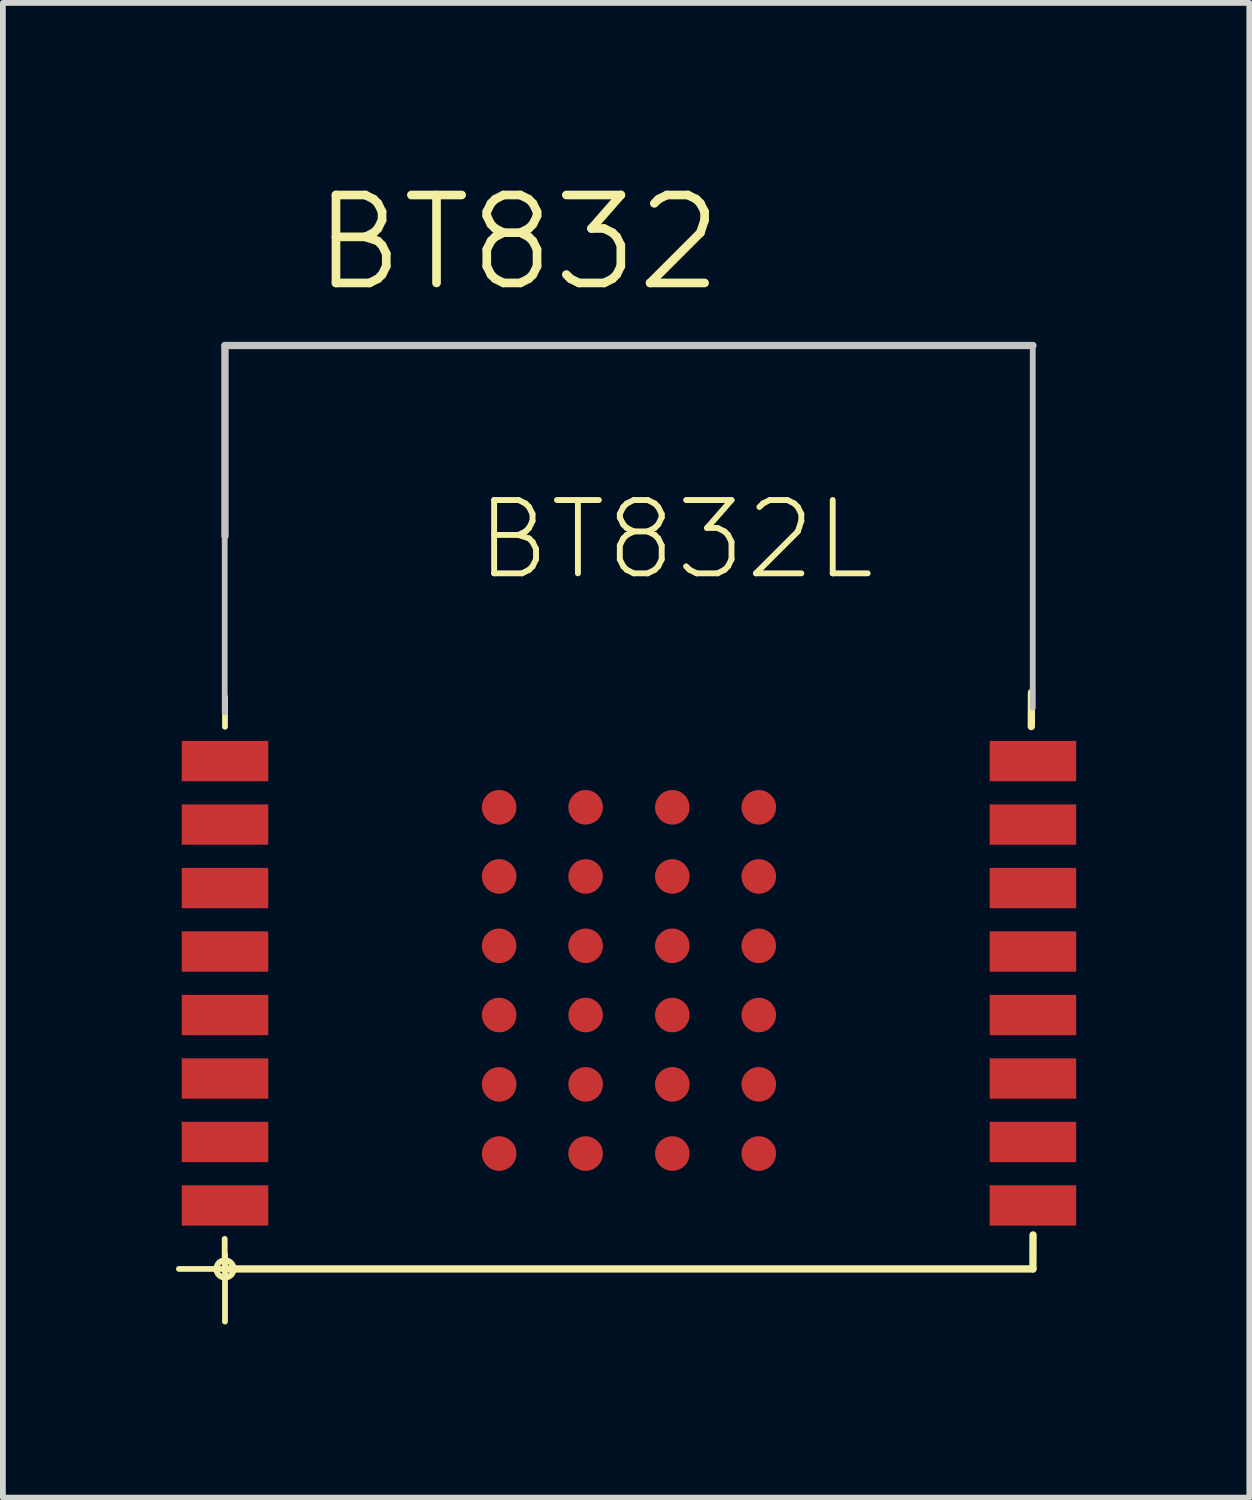
<source format=kicad_pcb>
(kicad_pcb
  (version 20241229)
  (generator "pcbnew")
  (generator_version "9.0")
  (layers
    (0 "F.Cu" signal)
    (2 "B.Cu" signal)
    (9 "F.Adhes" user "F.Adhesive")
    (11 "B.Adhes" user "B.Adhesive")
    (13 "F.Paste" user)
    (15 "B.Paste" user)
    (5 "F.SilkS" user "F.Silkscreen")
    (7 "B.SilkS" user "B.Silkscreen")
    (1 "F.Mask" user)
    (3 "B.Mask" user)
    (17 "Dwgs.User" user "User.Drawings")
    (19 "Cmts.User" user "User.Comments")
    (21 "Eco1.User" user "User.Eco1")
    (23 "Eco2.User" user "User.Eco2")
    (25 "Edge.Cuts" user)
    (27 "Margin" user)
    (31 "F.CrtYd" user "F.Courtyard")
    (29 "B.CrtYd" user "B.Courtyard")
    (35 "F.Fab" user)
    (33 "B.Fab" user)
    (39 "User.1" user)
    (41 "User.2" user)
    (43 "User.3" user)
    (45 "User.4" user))
  (footprint "BT832"
    (layer "F.Cu")
    (at 0.848 18.935)
    (property "Reference" "BT832" (at 5.08 -17.78 0) (layer "F.SilkS") (effects (font (size 1.524 1.524) (thickness 0.15))))
    (attr smd)
    (fp_line (start -0.798 0) (end 0 0) (stroke (width 0.1) (type solid)) (layer "F.SilkS"))
    (fp_line (start -0.005 -0.003) (end -0.005 -0.521) (stroke (width 0.1) (type solid)) (layer "F.SilkS"))
    (fp_line (start 0 -9.393) (end 0 -9.911) (stroke (width 0.1) (type solid)) (layer "F.SilkS"))
    (fp_line (start 0 -0.254) (end 0 -0.15) (stroke (width 0.1) (type solid)) (layer "F.SilkS"))
    (fp_line (start 0 -0.15) (end 0 0) (stroke (width 0.1) (type solid)) (layer "F.SilkS"))
    (fp_line (start 0 0) (end 0 0) (stroke (width 0.1) (type solid)) (layer "F.SilkS"))
    (fp_line (start 0 0) (end 12.598 0) (stroke (width 0.1) (type solid)) (layer "F.SilkS"))
    (fp_line (start 0 0.15) (end 0 0) (stroke (width 0.1) (type solid)) (layer "F.SilkS"))
    (fp_line (start 0 0.912) (end 0 0.15) (stroke (width 0.1) (type solid)) (layer "F.SilkS"))
    (fp_line (start 12.598 0) (end 0 0) (stroke (width 0.1) (type solid)) (layer "F.SilkS"))
    (fp_line (start 12.598 0) (end 12.598 0) (stroke (width 0.1) (type solid)) (layer "F.SilkS"))
    (fp_line (start 13.973 -9.987) (end 13.97 -9.398) (stroke (width 0.127) (type solid)) (layer "F.SilkS"))
    (fp_line (start 13.995 0) (end -0.003 0) (stroke (width 0.1) (type solid)) (layer "F.SilkS"))
    (fp_line (start 13.998 0) (end 0 0) (stroke (width 0.127) (type solid)) (layer "F.SilkS"))
    (fp_line (start 14 -15.999) (end 13.998 -15.999) (stroke (width 0.1) (type solid)) (layer "F.SilkS"))
    (fp_line (start 14 -0.589) (end 13.998 0) (stroke (width 0.127) (type solid)) (layer "F.SilkS"))
    (fp_line (start 14 -0.589) (end 14 -0.008) (stroke (width 0.1) (type solid)) (layer "F.SilkS"))
    (fp_arc (start 0 -0.14986) (mid 0.14986 0) (end 0 0.14986) (stroke (width 0.1) (type solid)) (layer "F.SilkS"))
    (fp_arc (start 0 0.14986) (mid -0.14986 0) (end 0 -0.14986) (stroke (width 0.1) (type solid)) (layer "F.SilkS"))
    (fp_line (start -0.005 -9.642) (end -0.005 -15.997) (stroke (width 0.1) (type solid)) (layer "Dwgs.User"))
    (fp_line (start 0 -15.999) (end 13.998 -15.999) (stroke (width 0.127) (type solid)) (layer "Dwgs.User"))
    (fp_line (start 0 -12.7) (end 0 -15.999) (stroke (width 0.127) (type solid)) (layer "Dwgs.User"))
    (fp_line (start 13.995 -15.997) (end 13.995 -9.723) (stroke (width 0.1) (type solid)) (layer "Dwgs.User"))
    (fp_text user "BT832L" (at 7.808 -12.634 0) (layer "F.SilkS") (effects (font (size 1.27 1.27) (thickness 0.102))))
    (pad "1" smd rect (at 0 -8.799 180) (size 1.499 0.699) (layers "F.Cu" "F.Mask" "F.Paste"))
    (pad "2" smd rect (at 0 -7.699) (size 1.499 0.699) (layers "F.Cu" "F.Mask" "F.Paste"))
    (pad "3" smd rect (at 0 -6.599) (size 1.499 0.699) (layers "F.Cu" "F.Mask" "F.Paste"))
    (pad "4" smd rect (at 0 -5.499) (size 1.499 0.699) (layers "F.Cu" "F.Mask" "F.Paste"))
    (pad "5" smd rect (at 0 -4.399) (size 1.499 0.699) (layers "F.Cu" "F.Mask" "F.Paste"))
    (pad "6" smd rect (at 0 -3.299) (size 1.499 0.699) (layers "F.Cu" "F.Mask" "F.Paste"))
    (pad "7" smd rect (at 0 -2.2) (size 1.499 0.699) (layers "F.Cu" "F.Mask" "F.Paste"))
    (pad "8" smd rect (at 0 -1.1) (size 1.499 0.699) (layers "F.Cu" "F.Mask" "F.Paste"))
    (pad "9" smd rect (at 13.998 -1.1) (size 1.499 0.699) (layers "F.Cu" "F.Mask" "F.Paste"))
    (pad "10" smd rect (at 13.998 -2.2) (size 1.499 0.699) (layers "F.Cu" "F.Mask" "F.Paste"))
    (pad "11" smd rect (at 13.998 -3.299) (size 1.499 0.699) (layers "F.Cu" "F.Mask" "F.Paste"))
    (pad "12" smd rect (at 13.998 -4.399) (size 1.499 0.699) (layers "F.Cu" "F.Mask" "F.Paste"))
    (pad "13" smd rect (at 13.998 -5.499) (size 1.499 0.699) (layers "F.Cu" "F.Mask" "F.Paste"))
    (pad "14" smd rect (at 13.998 -6.599) (size 1.499 0.699) (layers "F.Cu" "F.Mask" "F.Paste"))
    (pad "15" smd rect (at 13.998 -7.699) (size 1.499 0.699) (layers "F.Cu" "F.Mask" "F.Paste"))
    (pad "16" smd rect (at 13.998 -8.799) (size 1.499 0.699) (layers "F.Cu" "F.Mask" "F.Paste"))
    (pad "A0" smd circle (at 4.75 -7.998 180) (size 0.599 0.599) (layers "F.Cu" "F.Mask" "F.Paste"))
    (pad "A1" smd circle (at 4.75 -6.8 180) (size 0.599 0.599) (layers "F.Cu" "F.Mask" "F.Paste"))
    (pad "A2" smd circle (at 4.75 -5.598 180) (size 0.599 0.599) (layers "F.Cu" "F.Mask" "F.Paste"))
    (pad "A3" smd circle (at 4.75 -4.399 180) (size 0.599 0.599) (layers "F.Cu" "F.Mask" "F.Paste"))
    (pad "A4" smd circle (at 4.75 -3.198 180) (size 0.599 0.599) (layers "F.Cu" "F.Mask" "F.Paste"))
    (pad "A5" smd circle (at 4.75 -1.999) (size 0.599 0.599) (layers "F.Cu" "F.Mask" "F.Paste"))
    (pad "B0" smd circle (at 6.248 -7.998 180) (size 0.599 0.599) (layers "F.Cu" "F.Mask" "F.Paste"))
    (pad "B1" smd circle (at 6.248 -6.8 180) (size 0.599 0.599) (layers "F.Cu" "F.Mask" "F.Paste"))
    (pad "B2" smd circle (at 6.248 -5.598 180) (size 0.599 0.599) (layers "F.Cu" "F.Mask" "F.Paste"))
    (pad "B3" smd circle (at 6.248 -4.399 180) (size 0.599 0.599) (layers "F.Cu" "F.Mask" "F.Paste"))
    (pad "B4" smd circle (at 6.248 -3.198 180) (size 0.599 0.599) (layers "F.Cu" "F.Mask" "F.Paste"))
    (pad "B5" smd circle (at 6.248 -1.999 180) (size 0.599 0.599) (layers "F.Cu" "F.Mask" "F.Paste"))
    (pad "C0" smd circle (at 7.75 -7.998 180) (size 0.599 0.599) (layers "F.Cu" "F.Mask" "F.Paste"))
    (pad "C1" smd circle (at 7.75 -6.8 180) (size 0.599 0.599) (layers "F.Cu" "F.Mask" "F.Paste"))
    (pad "C2" smd circle (at 7.75 -5.598 180) (size 0.599 0.599) (layers "F.Cu" "F.Mask" "F.Paste"))
    (pad "C3" smd circle (at 7.75 -4.399 180) (size 0.599 0.599) (layers "F.Cu" "F.Mask" "F.Paste"))
    (pad "C4" smd circle (at 7.75 -3.198 180) (size 0.599 0.599) (layers "F.Cu" "F.Mask" "F.Paste"))
    (pad "C5" smd circle (at 7.75 -1.999 180) (size 0.599 0.599) (layers "F.Cu" "F.Mask" "F.Paste"))
    (pad "D0" smd circle (at 9.248 -7.998 180) (size 0.599 0.599) (layers "F.Cu" "F.Mask" "F.Paste"))
    (pad "D1" smd circle (at 9.248 -6.8 180) (size 0.599 0.599) (layers "F.Cu" "F.Mask" "F.Paste"))
    (pad "D2" smd circle (at 9.248 -5.598 180) (size 0.599 0.599) (layers "F.Cu" "F.Mask" "F.Paste"))
    (pad "D3" smd circle (at 9.248 -4.399 180) (size 0.599 0.599) (layers "F.Cu" "F.Mask" "F.Paste"))
    (pad "D4" smd circle (at 9.248 -3.198 180) (size 0.599 0.599) (layers "F.Cu" "F.Mask" "F.Paste"))
    (pad "D5" smd circle (at 9.248 -1.999 180) (size 0.599 0.599) (layers "F.Cu" "F.Mask" "F.Paste")))
  (gr_rect
    (start -3 -3)
    (end 18.595 22.897)
    (stroke (width 0.1) (type default))
    (fill no)
    (layer "Edge.Cuts")))
</source>
